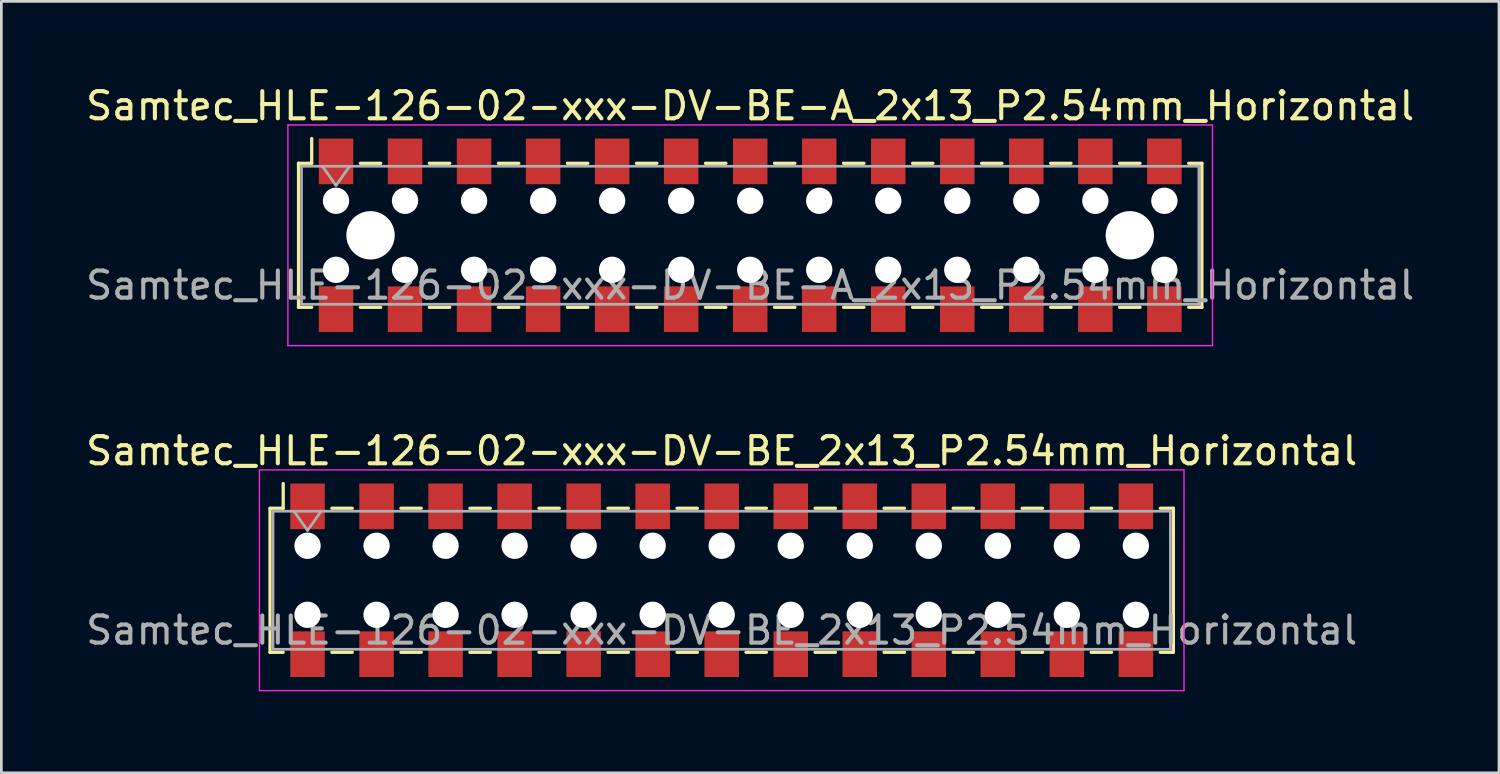
<source format=kicad_pcb>
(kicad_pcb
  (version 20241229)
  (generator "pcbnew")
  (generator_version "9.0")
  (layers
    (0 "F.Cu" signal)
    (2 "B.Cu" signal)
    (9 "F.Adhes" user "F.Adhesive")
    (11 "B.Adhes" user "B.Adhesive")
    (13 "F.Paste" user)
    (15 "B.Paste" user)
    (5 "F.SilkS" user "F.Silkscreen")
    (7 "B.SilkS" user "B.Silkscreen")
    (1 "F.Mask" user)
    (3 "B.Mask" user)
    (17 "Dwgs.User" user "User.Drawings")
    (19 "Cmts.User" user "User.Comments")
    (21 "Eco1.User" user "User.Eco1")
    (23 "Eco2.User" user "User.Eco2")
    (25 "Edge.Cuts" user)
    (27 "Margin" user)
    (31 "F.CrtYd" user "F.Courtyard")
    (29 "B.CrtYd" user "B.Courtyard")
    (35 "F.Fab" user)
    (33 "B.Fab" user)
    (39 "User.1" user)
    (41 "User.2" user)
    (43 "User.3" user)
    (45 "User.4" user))
  (footprint "Samtec_HLE-126-02-xxx-DV-BE_2x13_P2.54mm_Horizontal"
    (layer "F.Cu")
    (at 23.506 18.302)
    (property "Reference" "Samtec_HLE-126-02-xxx-DV-BE_2x13_P2.54mm_Horizontal" (at 0 -4.76 0) (layer "F.SilkS") (effects (font (size 1 1) (thickness 0.15))))
    (attr smd)
    (fp_line (start -16.62 -2.65) (end -16.62 2.65) (stroke (width 0.12) (type solid)) (layer "F.SilkS"))
    (fp_line (start -16.62 2.65) (end -16.135 2.65) (stroke (width 0.12) (type solid)) (layer "F.SilkS"))
    (fp_line (start -16.135 -3.56) (end -16.135 -2.65) (stroke (width 0.12) (type solid)) (layer "F.SilkS"))
    (fp_line (start -16.135 -2.65) (end -16.62 -2.65) (stroke (width 0.12) (type solid)) (layer "F.SilkS"))
    (fp_line (start -14.345 -2.65) (end -13.595 -2.65) (stroke (width 0.12) (type solid)) (layer "F.SilkS"))
    (fp_line (start -14.345 2.65) (end -13.595 2.65) (stroke (width 0.12) (type solid)) (layer "F.SilkS"))
    (fp_line (start -11.805 -2.65) (end -11.055 -2.65) (stroke (width 0.12) (type solid)) (layer "F.SilkS"))
    (fp_line (start -11.805 2.65) (end -11.055 2.65) (stroke (width 0.12) (type solid)) (layer "F.SilkS"))
    (fp_line (start -9.265 -2.65) (end -8.515 -2.65) (stroke (width 0.12) (type solid)) (layer "F.SilkS"))
    (fp_line (start -9.265 2.65) (end -8.515 2.65) (stroke (width 0.12) (type solid)) (layer "F.SilkS"))
    (fp_line (start -6.725 -2.65) (end -5.975 -2.65) (stroke (width 0.12) (type solid)) (layer "F.SilkS"))
    (fp_line (start -6.725 2.65) (end -5.975 2.65) (stroke (width 0.12) (type solid)) (layer "F.SilkS"))
    (fp_line (start -4.185 -2.65) (end -3.435 -2.65) (stroke (width 0.12) (type solid)) (layer "F.SilkS"))
    (fp_line (start -4.185 2.65) (end -3.435 2.65) (stroke (width 0.12) (type solid)) (layer "F.SilkS"))
    (fp_line (start -1.645 -2.65) (end -0.895 -2.65) (stroke (width 0.12) (type solid)) (layer "F.SilkS"))
    (fp_line (start -1.645 2.65) (end -0.895 2.65) (stroke (width 0.12) (type solid)) (layer "F.SilkS"))
    (fp_line (start 0.895 -2.65) (end 1.645 -2.65) (stroke (width 0.12) (type solid)) (layer "F.SilkS"))
    (fp_line (start 0.895 2.65) (end 1.645 2.65) (stroke (width 0.12) (type solid)) (layer "F.SilkS"))
    (fp_line (start 3.435 -2.65) (end 4.185 -2.65) (stroke (width 0.12) (type solid)) (layer "F.SilkS"))
    (fp_line (start 3.435 2.65) (end 4.185 2.65) (stroke (width 0.12) (type solid)) (layer "F.SilkS"))
    (fp_line (start 5.975 -2.65) (end 6.725 -2.65) (stroke (width 0.12) (type solid)) (layer "F.SilkS"))
    (fp_line (start 5.975 2.65) (end 6.725 2.65) (stroke (width 0.12) (type solid)) (layer "F.SilkS"))
    (fp_line (start 8.515 -2.65) (end 9.265 -2.65) (stroke (width 0.12) (type solid)) (layer "F.SilkS"))
    (fp_line (start 8.515 2.65) (end 9.265 2.65) (stroke (width 0.12) (type solid)) (layer "F.SilkS"))
    (fp_line (start 11.055 -2.65) (end 11.805 -2.65) (stroke (width 0.12) (type solid)) (layer "F.SilkS"))
    (fp_line (start 11.055 2.65) (end 11.805 2.65) (stroke (width 0.12) (type solid)) (layer "F.SilkS"))
    (fp_line (start 13.595 -2.65) (end 14.345 -2.65) (stroke (width 0.12) (type solid)) (layer "F.SilkS"))
    (fp_line (start 13.595 2.65) (end 14.345 2.65) (stroke (width 0.12) (type solid)) (layer "F.SilkS"))
    (fp_line (start 16.135 -2.65) (end 16.62 -2.65) (stroke (width 0.12) (type solid)) (layer "F.SilkS"))
    (fp_line (start 16.62 -2.65) (end 16.62 2.65) (stroke (width 0.12) (type solid)) (layer "F.SilkS"))
    (fp_line (start 16.62 2.65) (end 16.135 2.65) (stroke (width 0.12) (type solid)) (layer "F.SilkS"))
    (fp_line (start -17.01 -4.06) (end 17.01 -4.06) (stroke (width 0.05) (type solid)) (layer "F.CrtYd"))
    (fp_line (start -17.01 4.06) (end -17.01 -4.06) (stroke (width 0.05) (type solid)) (layer "F.CrtYd"))
    (fp_line (start 17.01 -4.06) (end 17.01 4.06) (stroke (width 0.05) (type solid)) (layer "F.CrtYd"))
    (fp_line (start 17.01 4.06) (end -17.01 4.06) (stroke (width 0.05) (type solid)) (layer "F.CrtYd"))
    (fp_line (start -16.51 -2.54) (end 16.51 -2.54) (stroke (width 0.1) (type solid)) (layer "F.Fab"))
    (fp_line (start -16.51 2.54) (end -16.51 -2.54) (stroke (width 0.1) (type solid)) (layer "F.Fab"))
    (fp_line (start -15.74 -2.54) (end -15.24 -1.833) (stroke (width 0.1) (type solid)) (layer "F.Fab"))
    (fp_line (start -15.24 -1.833) (end -14.74 -2.54) (stroke (width 0.1) (type solid)) (layer "F.Fab"))
    (fp_line (start 16.51 -2.54) (end 16.51 2.54) (stroke (width 0.1) (type solid)) (layer "F.Fab"))
    (fp_line (start 16.51 2.54) (end -16.51 2.54) (stroke (width 0.1) (type solid)) (layer "F.Fab"))
    (fp_text user "${REFERENCE}" (at 0 1.84 0) (layer "F.Fab") (effects (font (size 1 1) (thickness 0.15))))
    (pad "" np_thru_hole circle (at -15.24 -1.27) (size 0.97 0.97) (drill 0.97) (layers "*.Cu" "*.Mask"))
    (pad "" np_thru_hole circle (at -15.24 1.27) (size 0.97 0.97) (drill 0.97) (layers "*.Cu" "*.Mask"))
    (pad "" np_thru_hole circle (at -12.7 -1.27) (size 0.97 0.97) (drill 0.97) (layers "*.Cu" "*.Mask"))
    (pad "" np_thru_hole circle (at -12.7 1.27) (size 0.97 0.97) (drill 0.97) (layers "*.Cu" "*.Mask"))
    (pad "" np_thru_hole circle (at -10.16 -1.27) (size 0.97 0.97) (drill 0.97) (layers "*.Cu" "*.Mask"))
    (pad "" np_thru_hole circle (at -10.16 1.27) (size 0.97 0.97) (drill 0.97) (layers "*.Cu" "*.Mask"))
    (pad "" np_thru_hole circle (at -7.62 -1.27) (size 0.97 0.97) (drill 0.97) (layers "*.Cu" "*.Mask"))
    (pad "" np_thru_hole circle (at -7.62 1.27) (size 0.97 0.97) (drill 0.97) (layers "*.Cu" "*.Mask"))
    (pad "" np_thru_hole circle (at -5.08 -1.27) (size 0.97 0.97) (drill 0.97) (layers "*.Cu" "*.Mask"))
    (pad "" np_thru_hole circle (at -5.08 1.27) (size 0.97 0.97) (drill 0.97) (layers "*.Cu" "*.Mask"))
    (pad "" np_thru_hole circle (at -2.54 -1.27) (size 0.97 0.97) (drill 0.97) (layers "*.Cu" "*.Mask"))
    (pad "" np_thru_hole circle (at -2.54 1.27) (size 0.97 0.97) (drill 0.97) (layers "*.Cu" "*.Mask"))
    (pad "" np_thru_hole circle (at 0 -1.27) (size 0.97 0.97) (drill 0.97) (layers "*.Cu" "*.Mask"))
    (pad "" np_thru_hole circle (at 0 1.27) (size 0.97 0.97) (drill 0.97) (layers "*.Cu" "*.Mask"))
    (pad "" np_thru_hole circle (at 2.54 -1.27) (size 0.97 0.97) (drill 0.97) (layers "*.Cu" "*.Mask"))
    (pad "" np_thru_hole circle (at 2.54 1.27) (size 0.97 0.97) (drill 0.97) (layers "*.Cu" "*.Mask"))
    (pad "" np_thru_hole circle (at 5.08 -1.27) (size 0.97 0.97) (drill 0.97) (layers "*.Cu" "*.Mask"))
    (pad "" np_thru_hole circle (at 5.08 1.27) (size 0.97 0.97) (drill 0.97) (layers "*.Cu" "*.Mask"))
    (pad "" np_thru_hole circle (at 7.62 -1.27) (size 0.97 0.97) (drill 0.97) (layers "*.Cu" "*.Mask"))
    (pad "" np_thru_hole circle (at 7.62 1.27) (size 0.97 0.97) (drill 0.97) (layers "*.Cu" "*.Mask"))
    (pad "" np_thru_hole circle (at 10.16 -1.27) (size 0.97 0.97) (drill 0.97) (layers "*.Cu" "*.Mask"))
    (pad "" np_thru_hole circle (at 10.16 1.27) (size 0.97 0.97) (drill 0.97) (layers "*.Cu" "*.Mask"))
    (pad "" np_thru_hole circle (at 12.7 -1.27) (size 0.97 0.97) (drill 0.97) (layers "*.Cu" "*.Mask"))
    (pad "" np_thru_hole circle (at 12.7 1.27) (size 0.97 0.97) (drill 0.97) (layers "*.Cu" "*.Mask"))
    (pad "" np_thru_hole circle (at 15.24 -1.27) (size 0.97 0.97) (drill 0.97) (layers "*.Cu" "*.Mask"))
    (pad "" np_thru_hole circle (at 15.24 1.27) (size 0.97 0.97) (drill 0.97) (layers "*.Cu" "*.Mask"))
    (pad "1" smd rect (at -15.24 -2.72) (size 1.27 1.68) (layers "F.Cu" "F.Mask" "F.Paste"))
    (pad "2" smd rect (at -15.24 2.72) (size 1.27 1.68) (layers "F.Cu" "F.Mask" "F.Paste"))
    (pad "3" smd rect (at -12.7 -2.72) (size 1.27 1.68) (layers "F.Cu" "F.Mask" "F.Paste"))
    (pad "4" smd rect (at -12.7 2.72) (size 1.27 1.68) (layers "F.Cu" "F.Mask" "F.Paste"))
    (pad "5" smd rect (at -10.16 -2.72) (size 1.27 1.68) (layers "F.Cu" "F.Mask" "F.Paste"))
    (pad "6" smd rect (at -10.16 2.72) (size 1.27 1.68) (layers "F.Cu" "F.Mask" "F.Paste"))
    (pad "7" smd rect (at -7.62 -2.72) (size 1.27 1.68) (layers "F.Cu" "F.Mask" "F.Paste"))
    (pad "8" smd rect (at -7.62 2.72) (size 1.27 1.68) (layers "F.Cu" "F.Mask" "F.Paste"))
    (pad "9" smd rect (at -5.08 -2.72) (size 1.27 1.68) (layers "F.Cu" "F.Mask" "F.Paste"))
    (pad "10" smd rect (at -5.08 2.72) (size 1.27 1.68) (layers "F.Cu" "F.Mask" "F.Paste"))
    (pad "11" smd rect (at -2.54 -2.72) (size 1.27 1.68) (layers "F.Cu" "F.Mask" "F.Paste"))
    (pad "12" smd rect (at -2.54 2.72) (size 1.27 1.68) (layers "F.Cu" "F.Mask" "F.Paste"))
    (pad "13" smd rect (at 0 -2.72) (size 1.27 1.68) (layers "F.Cu" "F.Mask" "F.Paste"))
    (pad "14" smd rect (at 0 2.72) (size 1.27 1.68) (layers "F.Cu" "F.Mask" "F.Paste"))
    (pad "15" smd rect (at 2.54 -2.72) (size 1.27 1.68) (layers "F.Cu" "F.Mask" "F.Paste"))
    (pad "16" smd rect (at 2.54 2.72) (size 1.27 1.68) (layers "F.Cu" "F.Mask" "F.Paste"))
    (pad "17" smd rect (at 5.08 -2.72) (size 1.27 1.68) (layers "F.Cu" "F.Mask" "F.Paste"))
    (pad "18" smd rect (at 5.08 2.72) (size 1.27 1.68) (layers "F.Cu" "F.Mask" "F.Paste"))
    (pad "19" smd rect (at 7.62 -2.72) (size 1.27 1.68) (layers "F.Cu" "F.Mask" "F.Paste"))
    (pad "20" smd rect (at 7.62 2.72) (size 1.27 1.68) (layers "F.Cu" "F.Mask" "F.Paste"))
    (pad "21" smd rect (at 10.16 -2.72) (size 1.27 1.68) (layers "F.Cu" "F.Mask" "F.Paste"))
    (pad "22" smd rect (at 10.16 2.72) (size 1.27 1.68) (layers "F.Cu" "F.Mask" "F.Paste"))
    (pad "23" smd rect (at 12.7 -2.72) (size 1.27 1.68) (layers "F.Cu" "F.Mask" "F.Paste"))
    (pad "24" smd rect (at 12.7 2.72) (size 1.27 1.68) (layers "F.Cu" "F.Mask" "F.Paste"))
    (pad "25" smd rect (at 15.24 -2.72) (size 1.27 1.68) (layers "F.Cu" "F.Mask" "F.Paste"))
    (pad "26" smd rect (at 15.24 2.72) (size 1.27 1.68) (layers "F.Cu" "F.Mask" "F.Paste")))
  (footprint "Samtec_HLE-126-02-xxx-DV-BE-A_2x13_P2.54mm_Horizontal"
    (layer "F.Cu")
    (at 24.554 5.608)
    (property "Reference" "Samtec_HLE-126-02-xxx-DV-BE-A_2x13_P2.54mm_Horizontal" (at 0 -4.76 0) (layer "F.SilkS") (effects (font (size 1 1) (thickness 0.15))))
    (attr smd)
    (fp_line (start -16.62 -2.65) (end -16.62 2.65) (stroke (width 0.12) (type solid)) (layer "F.SilkS"))
    (fp_line (start -16.62 2.65) (end -16.135 2.65) (stroke (width 0.12) (type solid)) (layer "F.SilkS"))
    (fp_line (start -16.135 -3.56) (end -16.135 -2.65) (stroke (width 0.12) (type solid)) (layer "F.SilkS"))
    (fp_line (start -16.135 -2.65) (end -16.62 -2.65) (stroke (width 0.12) (type solid)) (layer "F.SilkS"))
    (fp_line (start -14.345 -2.65) (end -13.595 -2.65) (stroke (width 0.12) (type solid)) (layer "F.SilkS"))
    (fp_line (start -14.345 2.65) (end -13.595 2.65) (stroke (width 0.12) (type solid)) (layer "F.SilkS"))
    (fp_line (start -11.805 -2.65) (end -11.055 -2.65) (stroke (width 0.12) (type solid)) (layer "F.SilkS"))
    (fp_line (start -11.805 2.65) (end -11.055 2.65) (stroke (width 0.12) (type solid)) (layer "F.SilkS"))
    (fp_line (start -9.265 -2.65) (end -8.515 -2.65) (stroke (width 0.12) (type solid)) (layer "F.SilkS"))
    (fp_line (start -9.265 2.65) (end -8.515 2.65) (stroke (width 0.12) (type solid)) (layer "F.SilkS"))
    (fp_line (start -6.725 -2.65) (end -5.975 -2.65) (stroke (width 0.12) (type solid)) (layer "F.SilkS"))
    (fp_line (start -6.725 2.65) (end -5.975 2.65) (stroke (width 0.12) (type solid)) (layer "F.SilkS"))
    (fp_line (start -4.185 -2.65) (end -3.435 -2.65) (stroke (width 0.12) (type solid)) (layer "F.SilkS"))
    (fp_line (start -4.185 2.65) (end -3.435 2.65) (stroke (width 0.12) (type solid)) (layer "F.SilkS"))
    (fp_line (start -1.645 -2.65) (end -0.895 -2.65) (stroke (width 0.12) (type solid)) (layer "F.SilkS"))
    (fp_line (start -1.645 2.65) (end -0.895 2.65) (stroke (width 0.12) (type solid)) (layer "F.SilkS"))
    (fp_line (start 0.895 -2.65) (end 1.645 -2.65) (stroke (width 0.12) (type solid)) (layer "F.SilkS"))
    (fp_line (start 0.895 2.65) (end 1.645 2.65) (stroke (width 0.12) (type solid)) (layer "F.SilkS"))
    (fp_line (start 3.435 -2.65) (end 4.185 -2.65) (stroke (width 0.12) (type solid)) (layer "F.SilkS"))
    (fp_line (start 3.435 2.65) (end 4.185 2.65) (stroke (width 0.12) (type solid)) (layer "F.SilkS"))
    (fp_line (start 5.975 -2.65) (end 6.725 -2.65) (stroke (width 0.12) (type solid)) (layer "F.SilkS"))
    (fp_line (start 5.975 2.65) (end 6.725 2.65) (stroke (width 0.12) (type solid)) (layer "F.SilkS"))
    (fp_line (start 8.515 -2.65) (end 9.265 -2.65) (stroke (width 0.12) (type solid)) (layer "F.SilkS"))
    (fp_line (start 8.515 2.65) (end 9.265 2.65) (stroke (width 0.12) (type solid)) (layer "F.SilkS"))
    (fp_line (start 11.055 -2.65) (end 11.805 -2.65) (stroke (width 0.12) (type solid)) (layer "F.SilkS"))
    (fp_line (start 11.055 2.65) (end 11.805 2.65) (stroke (width 0.12) (type solid)) (layer "F.SilkS"))
    (fp_line (start 13.595 -2.65) (end 14.345 -2.65) (stroke (width 0.12) (type solid)) (layer "F.SilkS"))
    (fp_line (start 13.595 2.65) (end 14.345 2.65) (stroke (width 0.12) (type solid)) (layer "F.SilkS"))
    (fp_line (start 16.135 -2.65) (end 16.62 -2.65) (stroke (width 0.12) (type solid)) (layer "F.SilkS"))
    (fp_line (start 16.62 -2.65) (end 16.62 2.65) (stroke (width 0.12) (type solid)) (layer "F.SilkS"))
    (fp_line (start 16.62 2.65) (end 16.135 2.65) (stroke (width 0.12) (type solid)) (layer "F.SilkS"))
    (fp_line (start -17.01 -4.06) (end 17.01 -4.06) (stroke (width 0.05) (type solid)) (layer "F.CrtYd"))
    (fp_line (start -17.01 4.06) (end -17.01 -4.06) (stroke (width 0.05) (type solid)) (layer "F.CrtYd"))
    (fp_line (start 17.01 -4.06) (end 17.01 4.06) (stroke (width 0.05) (type solid)) (layer "F.CrtYd"))
    (fp_line (start 17.01 4.06) (end -17.01 4.06) (stroke (width 0.05) (type solid)) (layer "F.CrtYd"))
    (fp_line (start -16.51 -2.54) (end 16.51 -2.54) (stroke (width 0.1) (type solid)) (layer "F.Fab"))
    (fp_line (start -16.51 2.54) (end -16.51 -2.54) (stroke (width 0.1) (type solid)) (layer "F.Fab"))
    (fp_line (start -15.74 -2.54) (end -15.24 -1.833) (stroke (width 0.1) (type solid)) (layer "F.Fab"))
    (fp_line (start -15.24 -1.833) (end -14.74 -2.54) (stroke (width 0.1) (type solid)) (layer "F.Fab"))
    (fp_line (start 16.51 -2.54) (end 16.51 2.54) (stroke (width 0.1) (type solid)) (layer "F.Fab"))
    (fp_line (start 16.51 2.54) (end -16.51 2.54) (stroke (width 0.1) (type solid)) (layer "F.Fab"))
    (fp_text user "${REFERENCE}" (at 0 1.84 0) (layer "F.Fab") (effects (font (size 1 1) (thickness 0.15))))
    (pad "" np_thru_hole circle (at -15.24 -1.27) (size 0.97 0.97) (drill 0.97) (layers "*.Cu" "*.Mask"))
    (pad "" np_thru_hole circle (at -15.24 1.27) (size 0.97 0.97) (drill 0.97) (layers "*.Cu" "*.Mask"))
    (pad "" np_thru_hole circle (at -13.97 0) (size 1.78 1.78) (drill 1.78) (layers "*.Cu" "*.Mask"))
    (pad "" np_thru_hole circle (at -12.7 -1.27) (size 0.97 0.97) (drill 0.97) (layers "*.Cu" "*.Mask"))
    (pad "" np_thru_hole circle (at -12.7 1.27) (size 0.97 0.97) (drill 0.97) (layers "*.Cu" "*.Mask"))
    (pad "" np_thru_hole circle (at -10.16 -1.27) (size 0.97 0.97) (drill 0.97) (layers "*.Cu" "*.Mask"))
    (pad "" np_thru_hole circle (at -10.16 1.27) (size 0.97 0.97) (drill 0.97) (layers "*.Cu" "*.Mask"))
    (pad "" np_thru_hole circle (at -7.62 -1.27) (size 0.97 0.97) (drill 0.97) (layers "*.Cu" "*.Mask"))
    (pad "" np_thru_hole circle (at -7.62 1.27) (size 0.97 0.97) (drill 0.97) (layers "*.Cu" "*.Mask"))
    (pad "" np_thru_hole circle (at -5.08 -1.27) (size 0.97 0.97) (drill 0.97) (layers "*.Cu" "*.Mask"))
    (pad "" np_thru_hole circle (at -5.08 1.27) (size 0.97 0.97) (drill 0.97) (layers "*.Cu" "*.Mask"))
    (pad "" np_thru_hole circle (at -2.54 -1.27) (size 0.97 0.97) (drill 0.97) (layers "*.Cu" "*.Mask"))
    (pad "" np_thru_hole circle (at -2.54 1.27) (size 0.97 0.97) (drill 0.97) (layers "*.Cu" "*.Mask"))
    (pad "" np_thru_hole circle (at 0 -1.27) (size 0.97 0.97) (drill 0.97) (layers "*.Cu" "*.Mask"))
    (pad "" np_thru_hole circle (at 0 1.27) (size 0.97 0.97) (drill 0.97) (layers "*.Cu" "*.Mask"))
    (pad "" np_thru_hole circle (at 2.54 -1.27) (size 0.97 0.97) (drill 0.97) (layers "*.Cu" "*.Mask"))
    (pad "" np_thru_hole circle (at 2.54 1.27) (size 0.97 0.97) (drill 0.97) (layers "*.Cu" "*.Mask"))
    (pad "" np_thru_hole circle (at 5.08 -1.27) (size 0.97 0.97) (drill 0.97) (layers "*.Cu" "*.Mask"))
    (pad "" np_thru_hole circle (at 5.08 1.27) (size 0.97 0.97) (drill 0.97) (layers "*.Cu" "*.Mask"))
    (pad "" np_thru_hole circle (at 7.62 -1.27) (size 0.97 0.97) (drill 0.97) (layers "*.Cu" "*.Mask"))
    (pad "" np_thru_hole circle (at 7.62 1.27) (size 0.97 0.97) (drill 0.97) (layers "*.Cu" "*.Mask"))
    (pad "" np_thru_hole circle (at 10.16 -1.27) (size 0.97 0.97) (drill 0.97) (layers "*.Cu" "*.Mask"))
    (pad "" np_thru_hole circle (at 10.16 1.27) (size 0.97 0.97) (drill 0.97) (layers "*.Cu" "*.Mask"))
    (pad "" np_thru_hole circle (at 12.7 -1.27) (size 0.97 0.97) (drill 0.97) (layers "*.Cu" "*.Mask"))
    (pad "" np_thru_hole circle (at 12.7 1.27) (size 0.97 0.97) (drill 0.97) (layers "*.Cu" "*.Mask"))
    (pad "" np_thru_hole circle (at 13.97 0) (size 1.78 1.78) (drill 1.78) (layers "*.Cu" "*.Mask"))
    (pad "" np_thru_hole circle (at 15.24 -1.27) (size 0.97 0.97) (drill 0.97) (layers "*.Cu" "*.Mask"))
    (pad "" np_thru_hole circle (at 15.24 1.27) (size 0.97 0.97) (drill 0.97) (layers "*.Cu" "*.Mask"))
    (pad "1" smd rect (at -15.24 -2.72) (size 1.27 1.68) (layers "F.Cu" "F.Mask" "F.Paste"))
    (pad "2" smd rect (at -15.24 2.72) (size 1.27 1.68) (layers "F.Cu" "F.Mask" "F.Paste"))
    (pad "3" smd rect (at -12.7 -2.72) (size 1.27 1.68) (layers "F.Cu" "F.Mask" "F.Paste"))
    (pad "4" smd rect (at -12.7 2.72) (size 1.27 1.68) (layers "F.Cu" "F.Mask" "F.Paste"))
    (pad "5" smd rect (at -10.16 -2.72) (size 1.27 1.68) (layers "F.Cu" "F.Mask" "F.Paste"))
    (pad "6" smd rect (at -10.16 2.72) (size 1.27 1.68) (layers "F.Cu" "F.Mask" "F.Paste"))
    (pad "7" smd rect (at -7.62 -2.72) (size 1.27 1.68) (layers "F.Cu" "F.Mask" "F.Paste"))
    (pad "8" smd rect (at -7.62 2.72) (size 1.27 1.68) (layers "F.Cu" "F.Mask" "F.Paste"))
    (pad "9" smd rect (at -5.08 -2.72) (size 1.27 1.68) (layers "F.Cu" "F.Mask" "F.Paste"))
    (pad "10" smd rect (at -5.08 2.72) (size 1.27 1.68) (layers "F.Cu" "F.Mask" "F.Paste"))
    (pad "11" smd rect (at -2.54 -2.72) (size 1.27 1.68) (layers "F.Cu" "F.Mask" "F.Paste"))
    (pad "12" smd rect (at -2.54 2.72) (size 1.27 1.68) (layers "F.Cu" "F.Mask" "F.Paste"))
    (pad "13" smd rect (at 0 -2.72) (size 1.27 1.68) (layers "F.Cu" "F.Mask" "F.Paste"))
    (pad "14" smd rect (at 0 2.72) (size 1.27 1.68) (layers "F.Cu" "F.Mask" "F.Paste"))
    (pad "15" smd rect (at 2.54 -2.72) (size 1.27 1.68) (layers "F.Cu" "F.Mask" "F.Paste"))
    (pad "16" smd rect (at 2.54 2.72) (size 1.27 1.68) (layers "F.Cu" "F.Mask" "F.Paste"))
    (pad "17" smd rect (at 5.08 -2.72) (size 1.27 1.68) (layers "F.Cu" "F.Mask" "F.Paste"))
    (pad "18" smd rect (at 5.08 2.72) (size 1.27 1.68) (layers "F.Cu" "F.Mask" "F.Paste"))
    (pad "19" smd rect (at 7.62 -2.72) (size 1.27 1.68) (layers "F.Cu" "F.Mask" "F.Paste"))
    (pad "20" smd rect (at 7.62 2.72) (size 1.27 1.68) (layers "F.Cu" "F.Mask" "F.Paste"))
    (pad "21" smd rect (at 10.16 -2.72) (size 1.27 1.68) (layers "F.Cu" "F.Mask" "F.Paste"))
    (pad "22" smd rect (at 10.16 2.72) (size 1.27 1.68) (layers "F.Cu" "F.Mask" "F.Paste"))
    (pad "23" smd rect (at 12.7 -2.72) (size 1.27 1.68) (layers "F.Cu" "F.Mask" "F.Paste"))
    (pad "24" smd rect (at 12.7 2.72) (size 1.27 1.68) (layers "F.Cu" "F.Mask" "F.Paste"))
    (pad "25" smd rect (at 15.24 -2.72) (size 1.27 1.68) (layers "F.Cu" "F.Mask" "F.Paste"))
    (pad "26" smd rect (at 15.24 2.72) (size 1.27 1.68) (layers "F.Cu" "F.Mask" "F.Paste")))
  (gr_rect
    (start -3 -3)
    (end 52.107 25.387)
    (stroke (width 0.1) (type default))
    (fill no)
    (layer "Edge.Cuts")))
</source>
